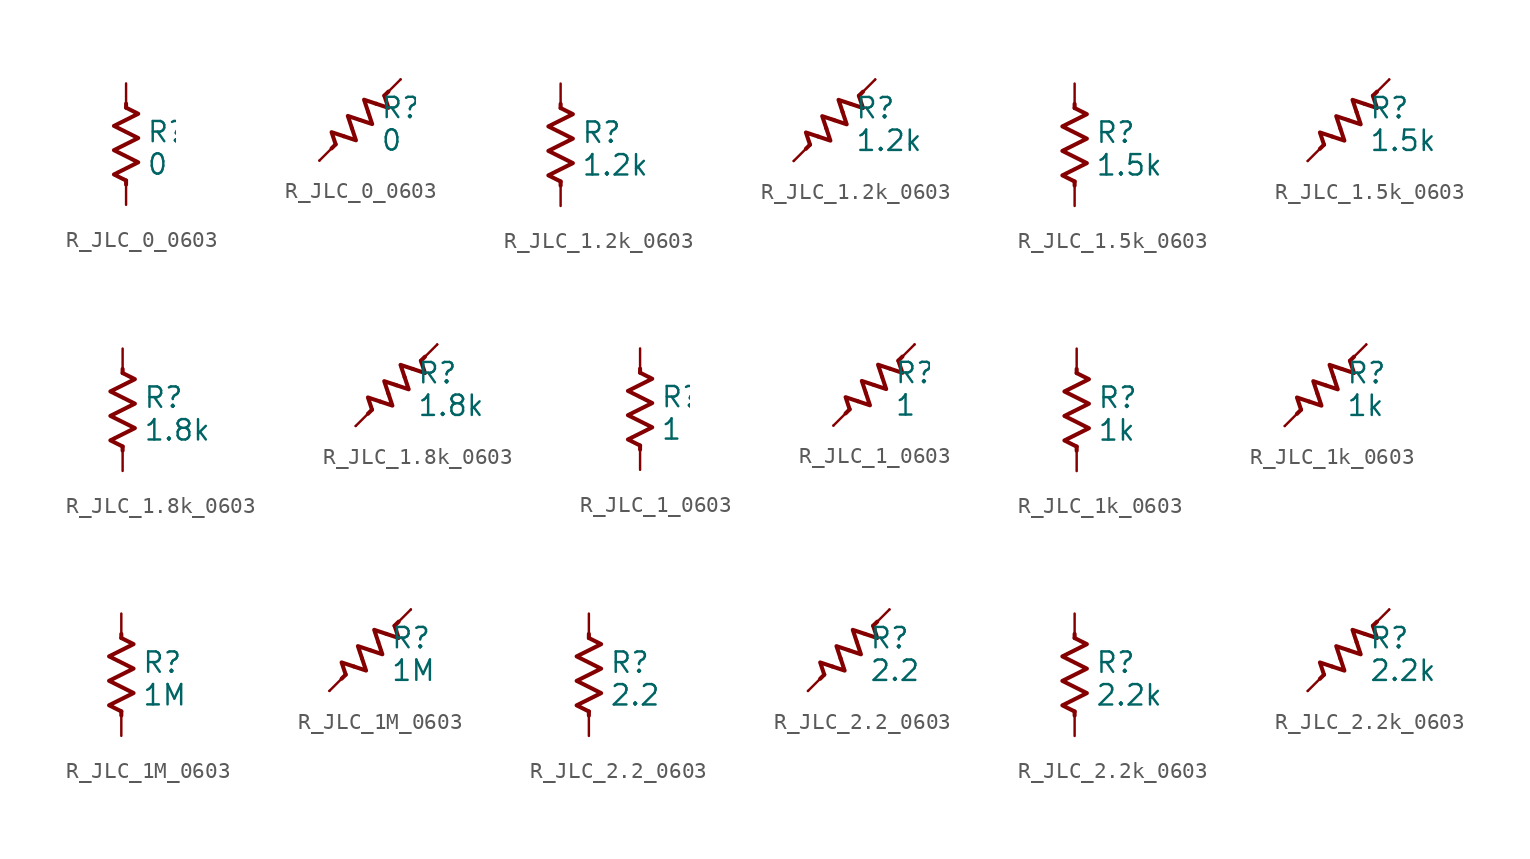
<source format=kicad_sym>
(kicad_symbol_lib
  (version 20231120)
  (generator "kicad_symbol_editor")
  (generator_version "8.0")
  (symbol "R_JLC_0_0603"
    (pin_numbers hide)
    (pin_names
      (offset 0))
    (property "Reference" "R"
      (at 1.27 0.762 0)
      (effects (font (size 1.27 1.27)) (justify left)))
    (property "Value" "0"
      (at 1.27 -1.27 0)
      (effects (font (size 1.27 1.27)) (justify left)))
    (symbol "R_JLC_0_0603_0_1"
      (polyline (pts (xy 0 -2.286) (xy 0 -2.54)) (stroke (width 0.254) (type default)) (fill (type none)))
      (polyline (pts (xy 0 2.286) (xy 0 2.54)) (stroke (width 0.254) (type default)) (fill (type none)))
      (polyline (pts (xy 0 2.286) (xy 0.762 1.905) (xy -0.762 1.143) (xy 0 0.762) (xy 0.762 0.381) (xy 0 0) (xy -0.762 -0.381) (xy 0 -0.762) (xy 0.762 -1.143) (xy 0 -1.524) (xy -0.762 -1.905) (xy 0 -2.286)) (stroke (width 0.254) (type default)) (fill (type none))))
    (symbol "R_JLC_0_0603_0_2"
      (polyline (pts (xy -2.54 -2.54) (xy -1.778 -1.778)) (stroke (width 0) (type default)) (fill (type none)))
      (polyline (pts (xy -1.778 -1.778) (xy -1.524 -1.524)) (stroke (width 0.254) (type default)) (fill (type none)))
      (polyline (pts (xy 1.778 1.778) (xy 1.524 1.524)) (stroke (width 0.254) (type default)) (fill (type none)))
      (polyline (pts (xy 1.778 1.778) (xy 2.54 2.54)) (stroke (width 0) (type default)) (fill (type none)))
      (polyline (pts (xy -1.524 -1.524) (xy -1.778 -0.762) (xy -1.016 -1.016)) (stroke (width 0.254) (type default)) (fill (type none)))
      (polyline (pts (xy -0.508 -0.508) (xy -0.762 0.254) (xy 0 0)) (stroke (width 0.254) (type default)) (fill (type none)))
      (polyline (pts (xy -0.508 -0.508) (xy -0.254 -1.27) (xy -1.016 -1.016)) (stroke (width 0.254) (type default)) (fill (type none)))
      (polyline (pts (xy 0.508 0.508) (xy 0.254 1.27) (xy 1.016 1.016)) (stroke (width 0.254) (type default)) (fill (type none)))
      (polyline (pts (xy 0.508 0.508) (xy 0.762 -0.254) (xy 0 0)) (stroke (width 0.254) (type default)) (fill (type none)))
      (polyline (pts (xy 1.524 1.524) (xy 1.778 0.762) (xy 1.016 1.016)) (stroke (width 0.254) (type default)) (fill (type none))))
    (symbol "R_JLC_0_0603_1_1"
      (pin passive line (at 0 3.81 270) (length 1.27) (name "~" (effects (font (size 1.27 1.27)))) (number "1" (effects (font (size 1.27 1.27)))))
      (pin passive line (at 0 -3.81 90) (length 1.27) (name "~" (effects (font (size 1.27 1.27)))) (number "2" (effects (font (size 1.27 1.27))))))
    (symbol "R_JLC_0_0603_1_2"
      (pin passive line (at 2.54 2.54 180) (length 0) (name "" (effects (font (size 1.27 1.27)))) (number "1" (effects (font (size 1.27 1.27)))))
      (pin passive line (at -2.54 -2.54 0) (length 0) (name "" (effects (font (size 1.27 1.27)))) (number "2" (effects (font (size 1.27 1.27)))))))
  (symbol "R_JLC_1.2k_0603"
    (pin_numbers hide)
    (pin_names
      (offset 0))
    (property "Reference" "R"
      (at 1.27 0.762 0)
      (effects (font (size 1.27 1.27)) (justify left)))
    (property "Value" "1.2k"
      (at 1.27 -1.27 0)
      (effects (font (size 1.27 1.27)) (justify left)))
    (symbol "R_JLC_1.2k_0603_0_1"
      (polyline (pts (xy 0 -2.286) (xy 0 -2.54)) (stroke (width 0.254) (type default)) (fill (type none)))
      (polyline (pts (xy 0 2.286) (xy 0 2.54)) (stroke (width 0.254) (type default)) (fill (type none)))
      (polyline (pts (xy 0 2.286) (xy 0.762 1.905) (xy -0.762 1.143) (xy 0 0.762) (xy 0.762 0.381) (xy 0 0) (xy -0.762 -0.381) (xy 0 -0.762) (xy 0.762 -1.143) (xy 0 -1.524) (xy -0.762 -1.905) (xy 0 -2.286)) (stroke (width 0.254) (type default)) (fill (type none))))
    (symbol "R_JLC_1.2k_0603_0_2"
      (polyline (pts (xy -2.54 -2.54) (xy -1.778 -1.778)) (stroke (width 0) (type default)) (fill (type none)))
      (polyline (pts (xy -1.778 -1.778) (xy -1.524 -1.524)) (stroke (width 0.254) (type default)) (fill (type none)))
      (polyline (pts (xy 1.778 1.778) (xy 1.524 1.524)) (stroke (width 0.254) (type default)) (fill (type none)))
      (polyline (pts (xy 1.778 1.778) (xy 2.54 2.54)) (stroke (width 0) (type default)) (fill (type none)))
      (polyline (pts (xy -1.524 -1.524) (xy -1.778 -0.762) (xy -1.016 -1.016)) (stroke (width 0.254) (type default)) (fill (type none)))
      (polyline (pts (xy -0.508 -0.508) (xy -0.762 0.254) (xy 0 0)) (stroke (width 0.254) (type default)) (fill (type none)))
      (polyline (pts (xy -0.508 -0.508) (xy -0.254 -1.27) (xy -1.016 -1.016)) (stroke (width 0.254) (type default)) (fill (type none)))
      (polyline (pts (xy 0.508 0.508) (xy 0.254 1.27) (xy 1.016 1.016)) (stroke (width 0.254) (type default)) (fill (type none)))
      (polyline (pts (xy 0.508 0.508) (xy 0.762 -0.254) (xy 0 0)) (stroke (width 0.254) (type default)) (fill (type none)))
      (polyline (pts (xy 1.524 1.524) (xy 1.778 0.762) (xy 1.016 1.016)) (stroke (width 0.254) (type default)) (fill (type none))))
    (symbol "R_JLC_1.2k_0603_1_1"
      (pin passive line (at 0 3.81 270) (length 1.27) (name "~" (effects (font (size 1.27 1.27)))) (number "1" (effects (font (size 1.27 1.27)))))
      (pin passive line (at 0 -3.81 90) (length 1.27) (name "~" (effects (font (size 1.27 1.27)))) (number "2" (effects (font (size 1.27 1.27))))))
    (symbol "R_JLC_1.2k_0603_1_2"
      (pin passive line (at 2.54 2.54 180) (length 0) (name "" (effects (font (size 1.27 1.27)))) (number "1" (effects (font (size 1.27 1.27)))))
      (pin passive line (at -2.54 -2.54 0) (length 0) (name "" (effects (font (size 1.27 1.27)))) (number "2" (effects (font (size 1.27 1.27)))))))
  (symbol "R_JLC_1.5k_0603"
    (pin_numbers hide)
    (pin_names
      (offset 0))
    (property "Reference" "R"
      (at 1.27 0.762 0)
      (effects (font (size 1.27 1.27)) (justify left)))
    (property "Value" "1.5k"
      (at 1.27 -1.27 0)
      (effects (font (size 1.27 1.27)) (justify left)))
    (symbol "R_JLC_1.5k_0603_0_1"
      (polyline (pts (xy 0 -2.286) (xy 0 -2.54)) (stroke (width 0.254) (type default)) (fill (type none)))
      (polyline (pts (xy 0 2.286) (xy 0 2.54)) (stroke (width 0.254) (type default)) (fill (type none)))
      (polyline (pts (xy 0 2.286) (xy 0.762 1.905) (xy -0.762 1.143) (xy 0 0.762) (xy 0.762 0.381) (xy 0 0) (xy -0.762 -0.381) (xy 0 -0.762) (xy 0.762 -1.143) (xy 0 -1.524) (xy -0.762 -1.905) (xy 0 -2.286)) (stroke (width 0.254) (type default)) (fill (type none))))
    (symbol "R_JLC_1.5k_0603_0_2"
      (polyline (pts (xy -2.54 -2.54) (xy -1.778 -1.778)) (stroke (width 0) (type default)) (fill (type none)))
      (polyline (pts (xy -1.778 -1.778) (xy -1.524 -1.524)) (stroke (width 0.254) (type default)) (fill (type none)))
      (polyline (pts (xy 1.778 1.778) (xy 1.524 1.524)) (stroke (width 0.254) (type default)) (fill (type none)))
      (polyline (pts (xy 1.778 1.778) (xy 2.54 2.54)) (stroke (width 0) (type default)) (fill (type none)))
      (polyline (pts (xy -1.524 -1.524) (xy -1.778 -0.762) (xy -1.016 -1.016)) (stroke (width 0.254) (type default)) (fill (type none)))
      (polyline (pts (xy -0.508 -0.508) (xy -0.762 0.254) (xy 0 0)) (stroke (width 0.254) (type default)) (fill (type none)))
      (polyline (pts (xy -0.508 -0.508) (xy -0.254 -1.27) (xy -1.016 -1.016)) (stroke (width 0.254) (type default)) (fill (type none)))
      (polyline (pts (xy 0.508 0.508) (xy 0.254 1.27) (xy 1.016 1.016)) (stroke (width 0.254) (type default)) (fill (type none)))
      (polyline (pts (xy 0.508 0.508) (xy 0.762 -0.254) (xy 0 0)) (stroke (width 0.254) (type default)) (fill (type none)))
      (polyline (pts (xy 1.524 1.524) (xy 1.778 0.762) (xy 1.016 1.016)) (stroke (width 0.254) (type default)) (fill (type none))))
    (symbol "R_JLC_1.5k_0603_1_1"
      (pin passive line (at 0 3.81 270) (length 1.27) (name "~" (effects (font (size 1.27 1.27)))) (number "1" (effects (font (size 1.27 1.27)))))
      (pin passive line (at 0 -3.81 90) (length 1.27) (name "~" (effects (font (size 1.27 1.27)))) (number "2" (effects (font (size 1.27 1.27))))))
    (symbol "R_JLC_1.5k_0603_1_2"
      (pin passive line (at 2.54 2.54 180) (length 0) (name "" (effects (font (size 1.27 1.27)))) (number "1" (effects (font (size 1.27 1.27)))))
      (pin passive line (at -2.54 -2.54 0) (length 0) (name "" (effects (font (size 1.27 1.27)))) (number "2" (effects (font (size 1.27 1.27)))))))
  (symbol "R_JLC_1.8k_0603"
    (pin_numbers hide)
    (pin_names
      (offset 0))
    (property "Reference" "R"
      (at 1.27 0.762 0)
      (effects (font (size 1.27 1.27)) (justify left)))
    (property "Value" "1.8k"
      (at 1.27 -1.27 0)
      (effects (font (size 1.27 1.27)) (justify left)))
    (symbol "R_JLC_1.8k_0603_0_1"
      (polyline (pts (xy 0 -2.286) (xy 0 -2.54)) (stroke (width 0.254) (type default)) (fill (type none)))
      (polyline (pts (xy 0 2.286) (xy 0 2.54)) (stroke (width 0.254) (type default)) (fill (type none)))
      (polyline (pts (xy 0 2.286) (xy 0.762 1.905) (xy -0.762 1.143) (xy 0 0.762) (xy 0.762 0.381) (xy 0 0) (xy -0.762 -0.381) (xy 0 -0.762) (xy 0.762 -1.143) (xy 0 -1.524) (xy -0.762 -1.905) (xy 0 -2.286)) (stroke (width 0.254) (type default)) (fill (type none))))
    (symbol "R_JLC_1.8k_0603_0_2"
      (polyline (pts (xy -2.54 -2.54) (xy -1.778 -1.778)) (stroke (width 0) (type default)) (fill (type none)))
      (polyline (pts (xy -1.778 -1.778) (xy -1.524 -1.524)) (stroke (width 0.254) (type default)) (fill (type none)))
      (polyline (pts (xy 1.778 1.778) (xy 1.524 1.524)) (stroke (width 0.254) (type default)) (fill (type none)))
      (polyline (pts (xy 1.778 1.778) (xy 2.54 2.54)) (stroke (width 0) (type default)) (fill (type none)))
      (polyline (pts (xy -1.524 -1.524) (xy -1.778 -0.762) (xy -1.016 -1.016)) (stroke (width 0.254) (type default)) (fill (type none)))
      (polyline (pts (xy -0.508 -0.508) (xy -0.762 0.254) (xy 0 0)) (stroke (width 0.254) (type default)) (fill (type none)))
      (polyline (pts (xy -0.508 -0.508) (xy -0.254 -1.27) (xy -1.016 -1.016)) (stroke (width 0.254) (type default)) (fill (type none)))
      (polyline (pts (xy 0.508 0.508) (xy 0.254 1.27) (xy 1.016 1.016)) (stroke (width 0.254) (type default)) (fill (type none)))
      (polyline (pts (xy 0.508 0.508) (xy 0.762 -0.254) (xy 0 0)) (stroke (width 0.254) (type default)) (fill (type none)))
      (polyline (pts (xy 1.524 1.524) (xy 1.778 0.762) (xy 1.016 1.016)) (stroke (width 0.254) (type default)) (fill (type none))))
    (symbol "R_JLC_1.8k_0603_1_1"
      (pin passive line (at 0 3.81 270) (length 1.27) (name "~" (effects (font (size 1.27 1.27)))) (number "1" (effects (font (size 1.27 1.27)))))
      (pin passive line (at 0 -3.81 90) (length 1.27) (name "~" (effects (font (size 1.27 1.27)))) (number "2" (effects (font (size 1.27 1.27))))))
    (symbol "R_JLC_1.8k_0603_1_2"
      (pin passive line (at 2.54 2.54 180) (length 0) (name "" (effects (font (size 1.27 1.27)))) (number "1" (effects (font (size 1.27 1.27)))))
      (pin passive line (at -2.54 -2.54 0) (length 0) (name "" (effects (font (size 1.27 1.27)))) (number "2" (effects (font (size 1.27 1.27)))))))
  (symbol "R_JLC_1_0603"
    (pin_numbers hide)
    (pin_names
      (offset 0))
    (property "Reference" "R"
      (at 1.27 0.762 0)
      (effects (font (size 1.27 1.27)) (justify left)))
    (property "Value" "1"
      (at 1.27 -1.27 0)
      (effects (font (size 1.27 1.27)) (justify left)))
    (symbol "R_JLC_1_0603_0_1"
      (polyline (pts (xy 0 -2.286) (xy 0 -2.54)) (stroke (width 0.254) (type default)) (fill (type none)))
      (polyline (pts (xy 0 2.286) (xy 0 2.54)) (stroke (width 0.254) (type default)) (fill (type none)))
      (polyline (pts (xy 0 2.286) (xy 0.762 1.905) (xy -0.762 1.143) (xy 0 0.762) (xy 0.762 0.381) (xy 0 0) (xy -0.762 -0.381) (xy 0 -0.762) (xy 0.762 -1.143) (xy 0 -1.524) (xy -0.762 -1.905) (xy 0 -2.286)) (stroke (width 0.254) (type default)) (fill (type none))))
    (symbol "R_JLC_1_0603_0_2"
      (polyline (pts (xy -2.54 -2.54) (xy -1.778 -1.778)) (stroke (width 0) (type default)) (fill (type none)))
      (polyline (pts (xy -1.778 -1.778) (xy -1.524 -1.524)) (stroke (width 0.254) (type default)) (fill (type none)))
      (polyline (pts (xy 1.778 1.778) (xy 1.524 1.524)) (stroke (width 0.254) (type default)) (fill (type none)))
      (polyline (pts (xy 1.778 1.778) (xy 2.54 2.54)) (stroke (width 0) (type default)) (fill (type none)))
      (polyline (pts (xy -1.524 -1.524) (xy -1.778 -0.762) (xy -1.016 -1.016)) (stroke (width 0.254) (type default)) (fill (type none)))
      (polyline (pts (xy -0.508 -0.508) (xy -0.762 0.254) (xy 0 0)) (stroke (width 0.254) (type default)) (fill (type none)))
      (polyline (pts (xy -0.508 -0.508) (xy -0.254 -1.27) (xy -1.016 -1.016)) (stroke (width 0.254) (type default)) (fill (type none)))
      (polyline (pts (xy 0.508 0.508) (xy 0.254 1.27) (xy 1.016 1.016)) (stroke (width 0.254) (type default)) (fill (type none)))
      (polyline (pts (xy 0.508 0.508) (xy 0.762 -0.254) (xy 0 0)) (stroke (width 0.254) (type default)) (fill (type none)))
      (polyline (pts (xy 1.524 1.524) (xy 1.778 0.762) (xy 1.016 1.016)) (stroke (width 0.254) (type default)) (fill (type none))))
    (symbol "R_JLC_1_0603_1_1"
      (pin passive line (at 0 3.81 270) (length 1.27) (name "~" (effects (font (size 1.27 1.27)))) (number "1" (effects (font (size 1.27 1.27)))))
      (pin passive line (at 0 -3.81 90) (length 1.27) (name "~" (effects (font (size 1.27 1.27)))) (number "2" (effects (font (size 1.27 1.27))))))
    (symbol "R_JLC_1_0603_1_2"
      (pin passive line (at 2.54 2.54 180) (length 0) (name "" (effects (font (size 1.27 1.27)))) (number "1" (effects (font (size 1.27 1.27)))))
      (pin passive line (at -2.54 -2.54 0) (length 0) (name "" (effects (font (size 1.27 1.27)))) (number "2" (effects (font (size 1.27 1.27)))))))
  (symbol "R_JLC_1k_0603"
    (pin_numbers hide)
    (pin_names
      (offset 0))
    (property "Reference" "R"
      (at 1.27 0.762 0)
      (effects (font (size 1.27 1.27)) (justify left)))
    (property "Value" "1k"
      (at 1.27 -1.27 0)
      (effects (font (size 1.27 1.27)) (justify left)))
    (symbol "R_JLC_1k_0603_0_1"
      (polyline (pts (xy 0 -2.286) (xy 0 -2.54)) (stroke (width 0.254) (type default)) (fill (type none)))
      (polyline (pts (xy 0 2.286) (xy 0 2.54)) (stroke (width 0.254) (type default)) (fill (type none)))
      (polyline (pts (xy 0 2.286) (xy 0.762 1.905) (xy -0.762 1.143) (xy 0 0.762) (xy 0.762 0.381) (xy 0 0) (xy -0.762 -0.381) (xy 0 -0.762) (xy 0.762 -1.143) (xy 0 -1.524) (xy -0.762 -1.905) (xy 0 -2.286)) (stroke (width 0.254) (type default)) (fill (type none))))
    (symbol "R_JLC_1k_0603_0_2"
      (polyline (pts (xy -2.54 -2.54) (xy -1.778 -1.778)) (stroke (width 0) (type default)) (fill (type none)))
      (polyline (pts (xy -1.778 -1.778) (xy -1.524 -1.524)) (stroke (width 0.254) (type default)) (fill (type none)))
      (polyline (pts (xy 1.778 1.778) (xy 1.524 1.524)) (stroke (width 0.254) (type default)) (fill (type none)))
      (polyline (pts (xy 1.778 1.778) (xy 2.54 2.54)) (stroke (width 0) (type default)) (fill (type none)))
      (polyline (pts (xy -1.524 -1.524) (xy -1.778 -0.762) (xy -1.016 -1.016)) (stroke (width 0.254) (type default)) (fill (type none)))
      (polyline (pts (xy -0.508 -0.508) (xy -0.762 0.254) (xy 0 0)) (stroke (width 0.254) (type default)) (fill (type none)))
      (polyline (pts (xy -0.508 -0.508) (xy -0.254 -1.27) (xy -1.016 -1.016)) (stroke (width 0.254) (type default)) (fill (type none)))
      (polyline (pts (xy 0.508 0.508) (xy 0.254 1.27) (xy 1.016 1.016)) (stroke (width 0.254) (type default)) (fill (type none)))
      (polyline (pts (xy 0.508 0.508) (xy 0.762 -0.254) (xy 0 0)) (stroke (width 0.254) (type default)) (fill (type none)))
      (polyline (pts (xy 1.524 1.524) (xy 1.778 0.762) (xy 1.016 1.016)) (stroke (width 0.254) (type default)) (fill (type none))))
    (symbol "R_JLC_1k_0603_1_1"
      (pin passive line (at 0 3.81 270) (length 1.27) (name "~" (effects (font (size 1.27 1.27)))) (number "1" (effects (font (size 1.27 1.27)))))
      (pin passive line (at 0 -3.81 90) (length 1.27) (name "~" (effects (font (size 1.27 1.27)))) (number "2" (effects (font (size 1.27 1.27))))))
    (symbol "R_JLC_1k_0603_1_2"
      (pin passive line (at 2.54 2.54 180) (length 0) (name "" (effects (font (size 1.27 1.27)))) (number "1" (effects (font (size 1.27 1.27)))))
      (pin passive line (at -2.54 -2.54 0) (length 0) (name "" (effects (font (size 1.27 1.27)))) (number "2" (effects (font (size 1.27 1.27)))))))
  (symbol "R_JLC_1M_0603"
    (pin_numbers hide)
    (pin_names
      (offset 0))
    (property "Reference" "R"
      (at 1.27 0.762 0)
      (effects (font (size 1.27 1.27)) (justify left)))
    (property "Value" "1M"
      (at 1.27 -1.27 0)
      (effects (font (size 1.27 1.27)) (justify left)))
    (symbol "R_JLC_1M_0603_0_1"
      (polyline (pts (xy 0 -2.286) (xy 0 -2.54)) (stroke (width 0.254) (type default)) (fill (type none)))
      (polyline (pts (xy 0 2.286) (xy 0 2.54)) (stroke (width 0.254) (type default)) (fill (type none)))
      (polyline (pts (xy 0 2.286) (xy 0.762 1.905) (xy -0.762 1.143) (xy 0 0.762) (xy 0.762 0.381) (xy 0 0) (xy -0.762 -0.381) (xy 0 -0.762) (xy 0.762 -1.143) (xy 0 -1.524) (xy -0.762 -1.905) (xy 0 -2.286)) (stroke (width 0.254) (type default)) (fill (type none))))
    (symbol "R_JLC_1M_0603_0_2"
      (polyline (pts (xy -2.54 -2.54) (xy -1.778 -1.778)) (stroke (width 0) (type default)) (fill (type none)))
      (polyline (pts (xy -1.778 -1.778) (xy -1.524 -1.524)) (stroke (width 0.254) (type default)) (fill (type none)))
      (polyline (pts (xy 1.778 1.778) (xy 1.524 1.524)) (stroke (width 0.254) (type default)) (fill (type none)))
      (polyline (pts (xy 1.778 1.778) (xy 2.54 2.54)) (stroke (width 0) (type default)) (fill (type none)))
      (polyline (pts (xy -1.524 -1.524) (xy -1.778 -0.762) (xy -1.016 -1.016)) (stroke (width 0.254) (type default)) (fill (type none)))
      (polyline (pts (xy -0.508 -0.508) (xy -0.762 0.254) (xy 0 0)) (stroke (width 0.254) (type default)) (fill (type none)))
      (polyline (pts (xy -0.508 -0.508) (xy -0.254 -1.27) (xy -1.016 -1.016)) (stroke (width 0.254) (type default)) (fill (type none)))
      (polyline (pts (xy 0.508 0.508) (xy 0.254 1.27) (xy 1.016 1.016)) (stroke (width 0.254) (type default)) (fill (type none)))
      (polyline (pts (xy 0.508 0.508) (xy 0.762 -0.254) (xy 0 0)) (stroke (width 0.254) (type default)) (fill (type none)))
      (polyline (pts (xy 1.524 1.524) (xy 1.778 0.762) (xy 1.016 1.016)) (stroke (width 0.254) (type default)) (fill (type none))))
    (symbol "R_JLC_1M_0603_1_1"
      (pin passive line (at 0 3.81 270) (length 1.27) (name "~" (effects (font (size 1.27 1.27)))) (number "1" (effects (font (size 1.27 1.27)))))
      (pin passive line (at 0 -3.81 90) (length 1.27) (name "~" (effects (font (size 1.27 1.27)))) (number "2" (effects (font (size 1.27 1.27))))))
    (symbol "R_JLC_1M_0603_1_2"
      (pin passive line (at 2.54 2.54 180) (length 0) (name "" (effects (font (size 1.27 1.27)))) (number "1" (effects (font (size 1.27 1.27)))))
      (pin passive line (at -2.54 -2.54 0) (length 0) (name "" (effects (font (size 1.27 1.27)))) (number "2" (effects (font (size 1.27 1.27)))))))
  (symbol "R_JLC_2.2_0603"
    (pin_numbers hide)
    (pin_names
      (offset 0))
    (property "Reference" "R"
      (at 1.27 0.762 0)
      (effects (font (size 1.27 1.27)) (justify left)))
    (property "Value" "2.2"
      (at 1.27 -1.27 0)
      (effects (font (size 1.27 1.27)) (justify left)))
    (symbol "R_JLC_2.2_0603_0_1"
      (polyline (pts (xy 0 -2.286) (xy 0 -2.54)) (stroke (width 0.254) (type default)) (fill (type none)))
      (polyline (pts (xy 0 2.286) (xy 0 2.54)) (stroke (width 0.254) (type default)) (fill (type none)))
      (polyline (pts (xy 0 2.286) (xy 0.762 1.905) (xy -0.762 1.143) (xy 0 0.762) (xy 0.762 0.381) (xy 0 0) (xy -0.762 -0.381) (xy 0 -0.762) (xy 0.762 -1.143) (xy 0 -1.524) (xy -0.762 -1.905) (xy 0 -2.286)) (stroke (width 0.254) (type default)) (fill (type none))))
    (symbol "R_JLC_2.2_0603_0_2"
      (polyline (pts (xy -2.54 -2.54) (xy -1.778 -1.778)) (stroke (width 0) (type default)) (fill (type none)))
      (polyline (pts (xy -1.778 -1.778) (xy -1.524 -1.524)) (stroke (width 0.254) (type default)) (fill (type none)))
      (polyline (pts (xy 1.778 1.778) (xy 1.524 1.524)) (stroke (width 0.254) (type default)) (fill (type none)))
      (polyline (pts (xy 1.778 1.778) (xy 2.54 2.54)) (stroke (width 0) (type default)) (fill (type none)))
      (polyline (pts (xy -1.524 -1.524) (xy -1.778 -0.762) (xy -1.016 -1.016)) (stroke (width 0.254) (type default)) (fill (type none)))
      (polyline (pts (xy -0.508 -0.508) (xy -0.762 0.254) (xy 0 0)) (stroke (width 0.254) (type default)) (fill (type none)))
      (polyline (pts (xy -0.508 -0.508) (xy -0.254 -1.27) (xy -1.016 -1.016)) (stroke (width 0.254) (type default)) (fill (type none)))
      (polyline (pts (xy 0.508 0.508) (xy 0.254 1.27) (xy 1.016 1.016)) (stroke (width 0.254) (type default)) (fill (type none)))
      (polyline (pts (xy 0.508 0.508) (xy 0.762 -0.254) (xy 0 0)) (stroke (width 0.254) (type default)) (fill (type none)))
      (polyline (pts (xy 1.524 1.524) (xy 1.778 0.762) (xy 1.016 1.016)) (stroke (width 0.254) (type default)) (fill (type none))))
    (symbol "R_JLC_2.2_0603_1_1"
      (pin passive line (at 0 3.81 270) (length 1.27) (name "~" (effects (font (size 1.27 1.27)))) (number "1" (effects (font (size 1.27 1.27)))))
      (pin passive line (at 0 -3.81 90) (length 1.27) (name "~" (effects (font (size 1.27 1.27)))) (number "2" (effects (font (size 1.27 1.27))))))
    (symbol "R_JLC_2.2_0603_1_2"
      (pin passive line (at 2.54 2.54 180) (length 0) (name "" (effects (font (size 1.27 1.27)))) (number "1" (effects (font (size 1.27 1.27)))))
      (pin passive line (at -2.54 -2.54 0) (length 0) (name "" (effects (font (size 1.27 1.27)))) (number "2" (effects (font (size 1.27 1.27)))))))
  (symbol "R_JLC_2.2k_0603"
    (pin_numbers hide)
    (pin_names
      (offset 0))
    (property "Reference" "R"
      (at 1.27 0.762 0)
      (effects (font (size 1.27 1.27)) (justify left)))
    (property "Value" "2.2k"
      (at 1.27 -1.27 0)
      (effects (font (size 1.27 1.27)) (justify left)))
    (symbol "R_JLC_2.2k_0603_0_1"
      (polyline (pts (xy 0 -2.286) (xy 0 -2.54)) (stroke (width 0.254) (type default)) (fill (type none)))
      (polyline (pts (xy 0 2.286) (xy 0 2.54)) (stroke (width 0.254) (type default)) (fill (type none)))
      (polyline (pts (xy 0 2.286) (xy 0.762 1.905) (xy -0.762 1.143) (xy 0 0.762) (xy 0.762 0.381) (xy 0 0) (xy -0.762 -0.381) (xy 0 -0.762) (xy 0.762 -1.143) (xy 0 -1.524) (xy -0.762 -1.905) (xy 0 -2.286)) (stroke (width 0.254) (type default)) (fill (type none))))
    (symbol "R_JLC_2.2k_0603_0_2"
      (polyline (pts (xy -2.54 -2.54) (xy -1.778 -1.778)) (stroke (width 0) (type default)) (fill (type none)))
      (polyline (pts (xy -1.778 -1.778) (xy -1.524 -1.524)) (stroke (width 0.254) (type default)) (fill (type none)))
      (polyline (pts (xy 1.778 1.778) (xy 1.524 1.524)) (stroke (width 0.254) (type default)) (fill (type none)))
      (polyline (pts (xy 1.778 1.778) (xy 2.54 2.54)) (stroke (width 0) (type default)) (fill (type none)))
      (polyline (pts (xy -1.524 -1.524) (xy -1.778 -0.762) (xy -1.016 -1.016)) (stroke (width 0.254) (type default)) (fill (type none)))
      (polyline (pts (xy -0.508 -0.508) (xy -0.762 0.254) (xy 0 0)) (stroke (width 0.254) (type default)) (fill (type none)))
      (polyline (pts (xy -0.508 -0.508) (xy -0.254 -1.27) (xy -1.016 -1.016)) (stroke (width 0.254) (type default)) (fill (type none)))
      (polyline (pts (xy 0.508 0.508) (xy 0.254 1.27) (xy 1.016 1.016)) (stroke (width 0.254) (type default)) (fill (type none)))
      (polyline (pts (xy 0.508 0.508) (xy 0.762 -0.254) (xy 0 0)) (stroke (width 0.254) (type default)) (fill (type none)))
      (polyline (pts (xy 1.524 1.524) (xy 1.778 0.762) (xy 1.016 1.016)) (stroke (width 0.254) (type default)) (fill (type none))))
    (symbol "R_JLC_2.2k_0603_1_1"
      (pin passive line (at 0 3.81 270) (length 1.27) (name "~" (effects (font (size 1.27 1.27)))) (number "1" (effects (font (size 1.27 1.27)))))
      (pin passive line (at 0 -3.81 90) (length 1.27) (name "~" (effects (font (size 1.27 1.27)))) (number "2" (effects (font (size 1.27 1.27))))))
    (symbol "R_JLC_2.2k_0603_1_2"
      (pin passive line (at 2.54 2.54 180) (length 0) (name "" (effects (font (size 1.27 1.27)))) (number "1" (effects (font (size 1.27 1.27)))))
      (pin passive line (at -2.54 -2.54 0) (length 0) (name "" (effects (font (size 1.27 1.27)))) (number "2" (effects (font (size 1.27 1.27))))))))
</source>
